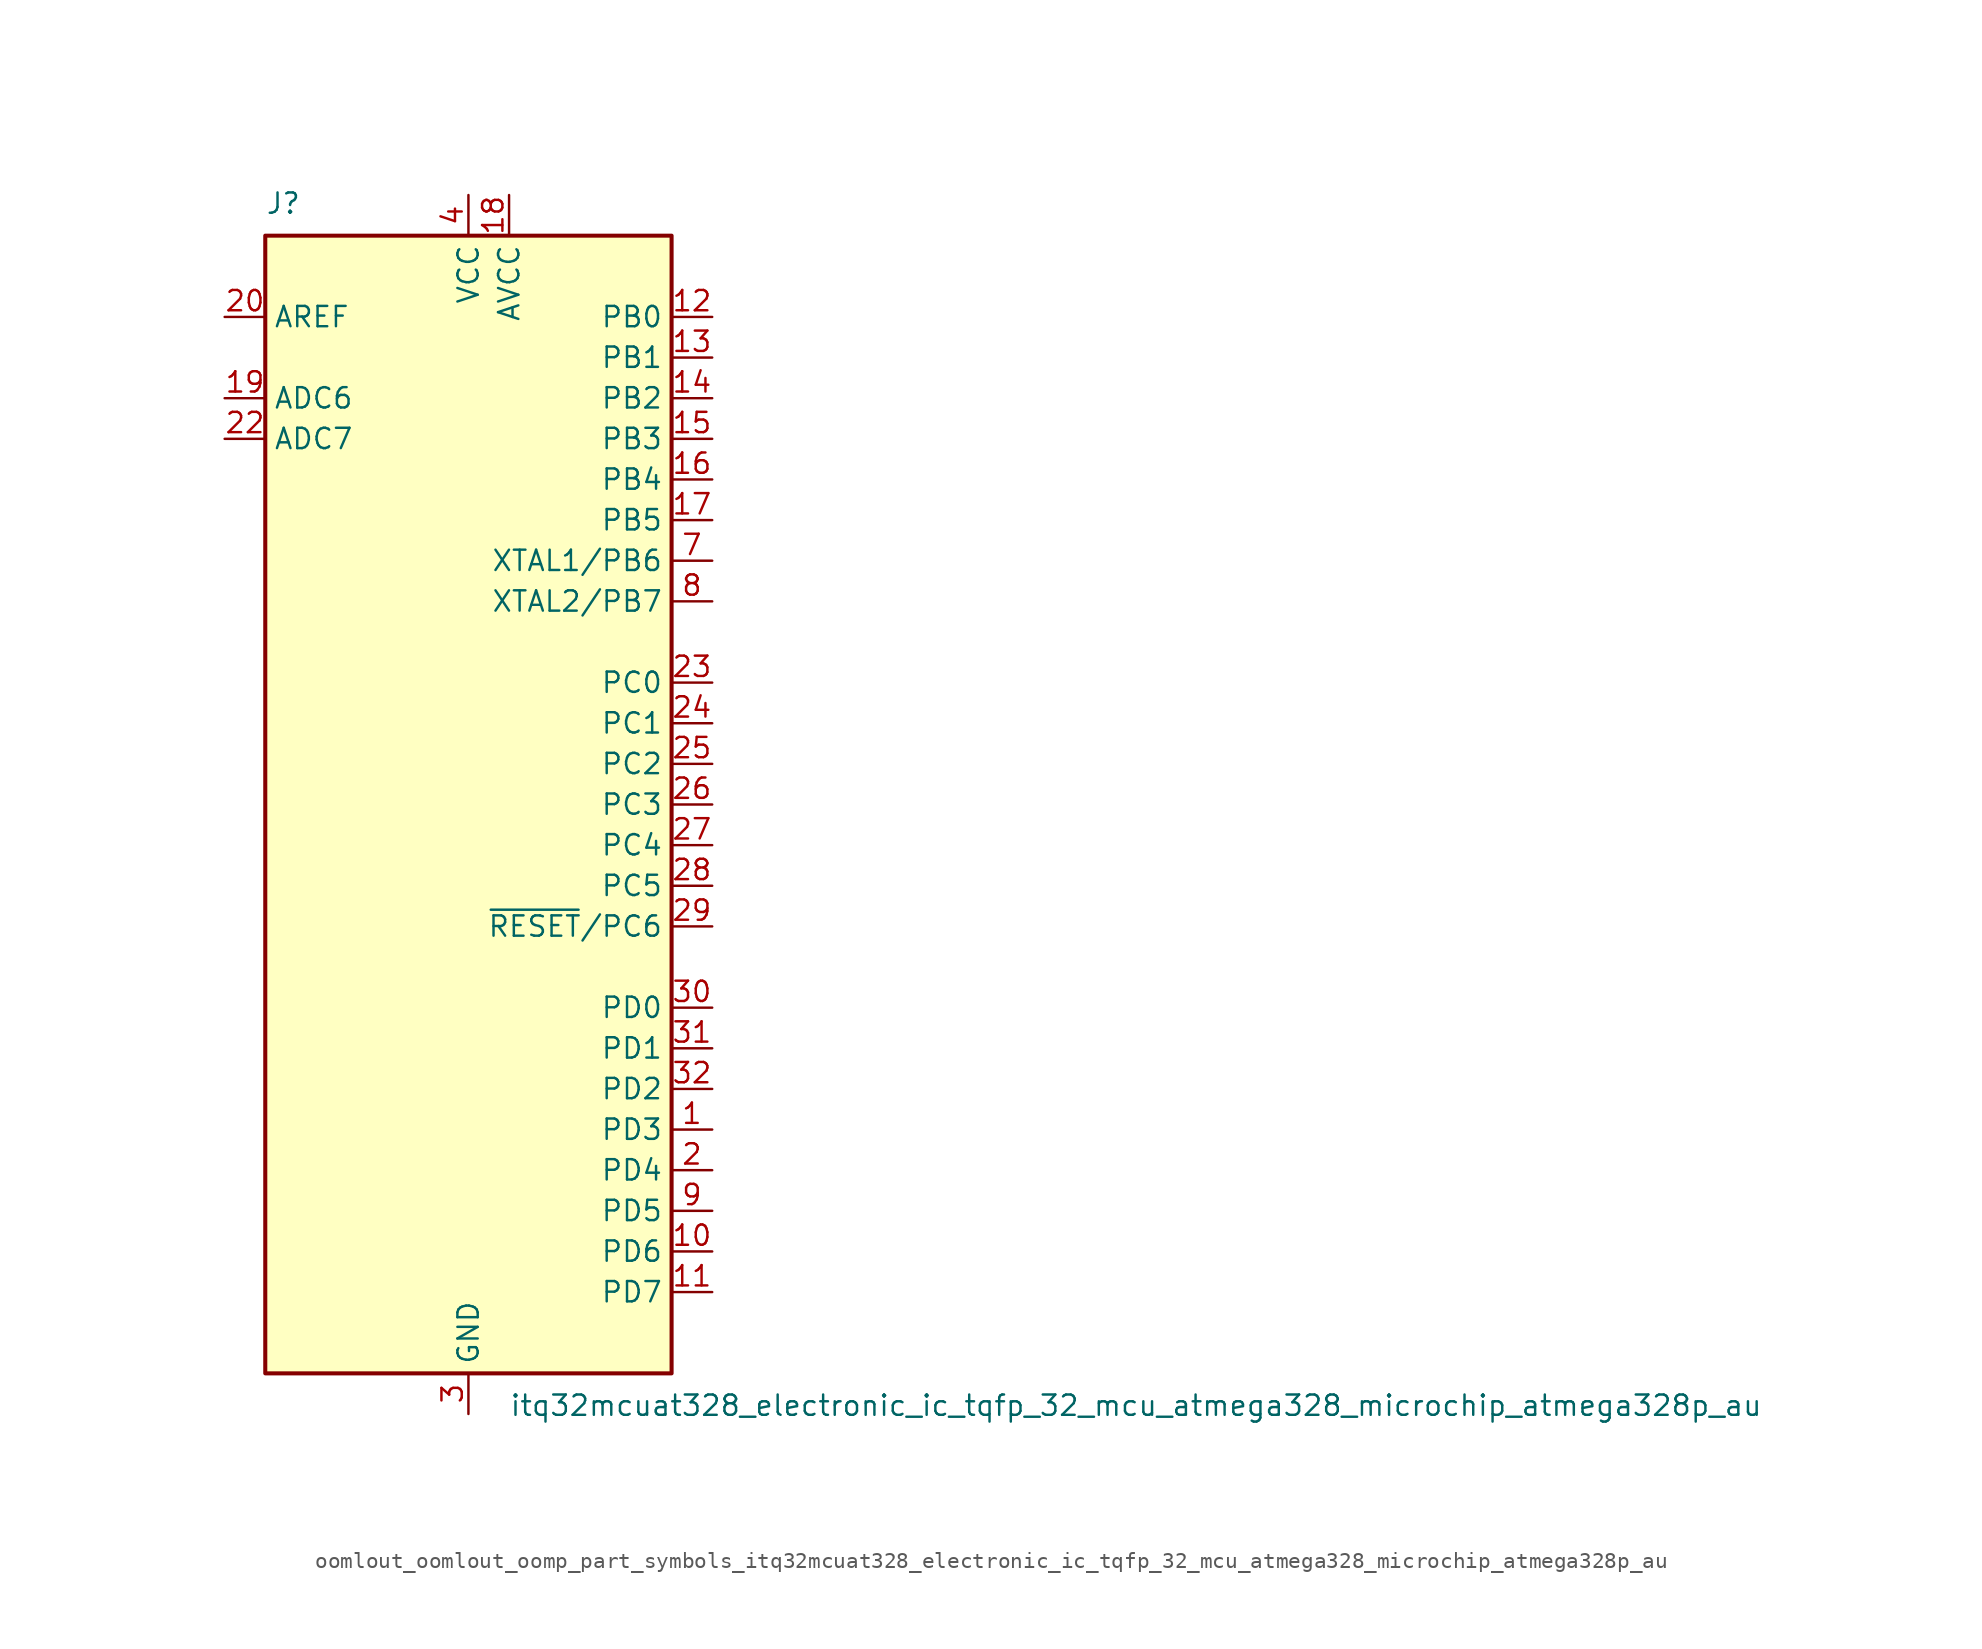
<source format=kicad_sym>
(kicad_symbol_lib
  (version 20220914)
  (generator kicad_symbol_editor)
  (symbol "oomlout_oomlout_oomp_part_symbols_itq32mcuat328_electronic_ic_tqfp_32_mcu_atmega328_microchip_atmega328p_au"
    (property "Reference" "J"
      (at -12.7 36.83 0)
      (effects (font (size 1.27 1.27)) (justify left bottom)))
    (property "Value" "itq32mcuat328_electronic_ic_tqfp_32_mcu_atmega328_microchip_atmega328p_au"
      (at 2.54 -36.83 0)
      (effects (font (size 1.27 1.27)) (justify left top)))
    (symbol "oomlout_oomlout_oomp_part_symbols_itq32mcuat328_electronic_ic_tqfp_32_mcu_atmega328_microchip_atmega328p_au_0_1"
      (rectangle (start -12.7 -35.56) (end 12.7 35.56) (stroke (width 0.254) (type default)) (fill (type background))))
    (symbol "oomlout_oomlout_oomp_part_symbols_itq32mcuat328_electronic_ic_tqfp_32_mcu_atmega328_microchip_atmega328p_au_1_1"
      (pin bidirectional line (at 15.24 -20.32 180) (length 2.54) (name "PD3" (effects (font (size 1.27 1.27)))) (number "1" (effects (font (size 1.27 1.27)))))
      (pin bidirectional line (at 15.24 -27.94 180) (length 2.54) (name "PD6" (effects (font (size 1.27 1.27)))) (number "10" (effects (font (size 1.27 1.27)))))
      (pin bidirectional line (at 15.24 -30.48 180) (length 2.54) (name "PD7" (effects (font (size 1.27 1.27)))) (number "11" (effects (font (size 1.27 1.27)))))
      (pin bidirectional line (at 15.24 30.48 180) (length 2.54) (name "PB0" (effects (font (size 1.27 1.27)))) (number "12" (effects (font (size 1.27 1.27)))))
      (pin bidirectional line (at 15.24 27.94 180) (length 2.54) (name "PB1" (effects (font (size 1.27 1.27)))) (number "13" (effects (font (size 1.27 1.27)))))
      (pin bidirectional line (at 15.24 25.4 180) (length 2.54) (name "PB2" (effects (font (size 1.27 1.27)))) (number "14" (effects (font (size 1.27 1.27)))))
      (pin bidirectional line (at 15.24 22.86 180) (length 2.54) (name "PB3" (effects (font (size 1.27 1.27)))) (number "15" (effects (font (size 1.27 1.27)))))
      (pin bidirectional line (at 15.24 20.32 180) (length 2.54) (name "PB4" (effects (font (size 1.27 1.27)))) (number "16" (effects (font (size 1.27 1.27)))))
      (pin bidirectional line (at 15.24 17.78 180) (length 2.54) (name "PB5" (effects (font (size 1.27 1.27)))) (number "17" (effects (font (size 1.27 1.27)))))
      (pin power_in line (at 2.54 38.1 270) (length 2.54) (name "AVCC" (effects (font (size 1.27 1.27)))) (number "18" (effects (font (size 1.27 1.27)))))
      (pin input line (at -15.24 25.4 0) (length 2.54) (name "ADC6" (effects (font (size 1.27 1.27)))) (number "19" (effects (font (size 1.27 1.27)))))
      (pin bidirectional line (at 15.24 -22.86 180) (length 2.54) (name "PD4" (effects (font (size 1.27 1.27)))) (number "2" (effects (font (size 1.27 1.27)))))
      (pin passive line (at -15.24 30.48 0) (length 2.54) (name "AREF" (effects (font (size 1.27 1.27)))) (number "20" (effects (font (size 1.27 1.27)))))
      (pin passive line (at 0 -38.1 90) (length 2.54) hide (name "GND" (effects (font (size 1.27 1.27)))) (number "21" (effects (font (size 1.27 1.27)))))
      (pin input line (at -15.24 22.86 0) (length 2.54) (name "ADC7" (effects (font (size 1.27 1.27)))) (number "22" (effects (font (size 1.27 1.27)))))
      (pin bidirectional line (at 15.24 7.62 180) (length 2.54) (name "PC0" (effects (font (size 1.27 1.27)))) (number "23" (effects (font (size 1.27 1.27)))))
      (pin bidirectional line (at 15.24 5.08 180) (length 2.54) (name "PC1" (effects (font (size 1.27 1.27)))) (number "24" (effects (font (size 1.27 1.27)))))
      (pin bidirectional line (at 15.24 2.54 180) (length 2.54) (name "PC2" (effects (font (size 1.27 1.27)))) (number "25" (effects (font (size 1.27 1.27)))))
      (pin bidirectional line (at 15.24 0 180) (length 2.54) (name "PC3" (effects (font (size 1.27 1.27)))) (number "26" (effects (font (size 1.27 1.27)))))
      (pin bidirectional line (at 15.24 -2.54 180) (length 2.54) (name "PC4" (effects (font (size 1.27 1.27)))) (number "27" (effects (font (size 1.27 1.27)))))
      (pin bidirectional line (at 15.24 -5.08 180) (length 2.54) (name "PC5" (effects (font (size 1.27 1.27)))) (number "28" (effects (font (size 1.27 1.27)))))
      (pin bidirectional line (at 15.24 -7.62 180) (length 2.54) (name "~{RESET}/PC6" (effects (font (size 1.27 1.27)))) (number "29" (effects (font (size 1.27 1.27)))))
      (pin power_in line (at 0 -38.1 90) (length 2.54) (name "GND" (effects (font (size 1.27 1.27)))) (number "3" (effects (font (size 1.27 1.27)))))
      (pin bidirectional line (at 15.24 -12.7 180) (length 2.54) (name "PD0" (effects (font (size 1.27 1.27)))) (number "30" (effects (font (size 1.27 1.27)))))
      (pin bidirectional line (at 15.24 -15.24 180) (length 2.54) (name "PD1" (effects (font (size 1.27 1.27)))) (number "31" (effects (font (size 1.27 1.27)))))
      (pin bidirectional line (at 15.24 -17.78 180) (length 2.54) (name "PD2" (effects (font (size 1.27 1.27)))) (number "32" (effects (font (size 1.27 1.27)))))
      (pin power_in line (at 0 38.1 270) (length 2.54) (name "VCC" (effects (font (size 1.27 1.27)))) (number "4" (effects (font (size 1.27 1.27)))))
      (pin passive line (at 0 -38.1 90) (length 2.54) hide (name "GND" (effects (font (size 1.27 1.27)))) (number "5" (effects (font (size 1.27 1.27)))))
      (pin passive line (at 0 38.1 270) (length 2.54) hide (name "VCC" (effects (font (size 1.27 1.27)))) (number "6" (effects (font (size 1.27 1.27)))))
      (pin bidirectional line (at 15.24 15.24 180) (length 2.54) (name "XTAL1/PB6" (effects (font (size 1.27 1.27)))) (number "7" (effects (font (size 1.27 1.27)))))
      (pin bidirectional line (at 15.24 12.7 180) (length 2.54) (name "XTAL2/PB7" (effects (font (size 1.27 1.27)))) (number "8" (effects (font (size 1.27 1.27)))))
      (pin bidirectional line (at 15.24 -25.4 180) (length 2.54) (name "PD5" (effects (font (size 1.27 1.27)))) (number "9" (effects (font (size 1.27 1.27))))))))
</source>
